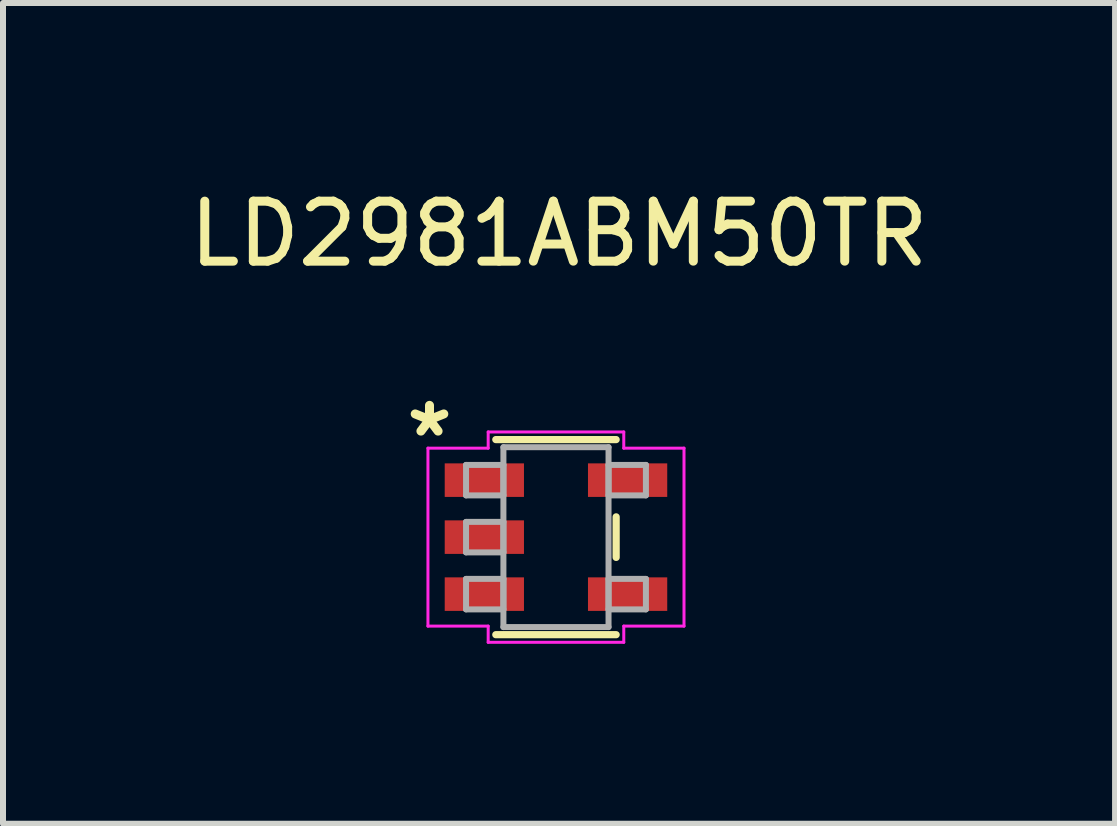
<source format=kicad_pcb>
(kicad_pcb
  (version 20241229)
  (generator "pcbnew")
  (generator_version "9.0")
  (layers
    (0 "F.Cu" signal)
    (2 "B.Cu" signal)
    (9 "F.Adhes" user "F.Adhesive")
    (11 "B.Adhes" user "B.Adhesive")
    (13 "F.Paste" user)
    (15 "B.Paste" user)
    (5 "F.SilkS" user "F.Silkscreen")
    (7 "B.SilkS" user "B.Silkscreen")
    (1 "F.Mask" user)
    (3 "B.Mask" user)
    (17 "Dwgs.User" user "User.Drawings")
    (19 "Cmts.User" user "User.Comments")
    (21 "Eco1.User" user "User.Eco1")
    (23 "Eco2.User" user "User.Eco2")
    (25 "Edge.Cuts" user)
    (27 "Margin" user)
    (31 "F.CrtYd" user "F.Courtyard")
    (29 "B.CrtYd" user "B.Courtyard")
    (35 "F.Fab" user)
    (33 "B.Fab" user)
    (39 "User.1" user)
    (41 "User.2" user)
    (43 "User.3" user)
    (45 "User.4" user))
  (footprint "LD2981ABM50TR"
    (layer "F.Cu")
    (at 6.217 5.903)
    (property "Reference" "LD2981ABM50TR" (at 0.051 -5.055 0) (layer "F.SilkS") (effects (font (size 1 1) (thickness 0.15))))
    (attr through_hole)
    (fp_line (start -1.003 1.626) (end 1.003 1.626) (stroke (width 0.12) (type solid)) (layer "F.SilkS"))
    (fp_line (start 1.003 -1.626) (end -1.003 -1.626) (stroke (width 0.12) (type solid)) (layer "F.SilkS"))
    (fp_line (start 1.003 0.338) (end 1.003 -0.338) (stroke (width 0.12) (type solid)) (layer "F.SilkS"))
    (fp_line (start -2.134 -1.483) (end -1.13 -1.483) (stroke (width 0.05) (type solid)) (layer "F.CrtYd"))
    (fp_line (start -2.134 1.483) (end -2.134 -1.483) (stroke (width 0.05) (type solid)) (layer "F.CrtYd"))
    (fp_line (start -1.13 -1.753) (end 1.13 -1.753) (stroke (width 0.05) (type solid)) (layer "F.CrtYd"))
    (fp_line (start -1.13 -1.483) (end -1.13 -1.753) (stroke (width 0.05) (type solid)) (layer "F.CrtYd"))
    (fp_line (start -1.13 1.483) (end -2.134 1.483) (stroke (width 0.05) (type solid)) (layer "F.CrtYd"))
    (fp_line (start -1.13 1.753) (end -1.13 1.483) (stroke (width 0.05) (type solid)) (layer "F.CrtYd"))
    (fp_line (start 1.13 -1.753) (end 1.13 -1.483) (stroke (width 0.05) (type solid)) (layer "F.CrtYd"))
    (fp_line (start 1.13 -1.483) (end 2.134 -1.483) (stroke (width 0.05) (type solid)) (layer "F.CrtYd"))
    (fp_line (start 1.13 1.483) (end 1.13 1.753) (stroke (width 0.05) (type solid)) (layer "F.CrtYd"))
    (fp_line (start 1.13 1.753) (end -1.13 1.753) (stroke (width 0.05) (type solid)) (layer "F.CrtYd"))
    (fp_line (start 2.134 -1.483) (end 2.134 1.483) (stroke (width 0.05) (type solid)) (layer "F.CrtYd"))
    (fp_line (start 2.134 1.483) (end 1.13 1.483) (stroke (width 0.05) (type solid)) (layer "F.CrtYd"))
    (fp_line (start -1.499 -1.204) (end -1.499 -0.696) (stroke (width 0.1) (type solid)) (layer "F.Fab"))
    (fp_line (start -1.499 -0.696) (end -0.876 -0.696) (stroke (width 0.1) (type solid)) (layer "F.Fab"))
    (fp_line (start -1.499 -0.254) (end -1.499 0.254) (stroke (width 0.1) (type solid)) (layer "F.Fab"))
    (fp_line (start -1.499 0.254) (end -0.876 0.254) (stroke (width 0.1) (type solid)) (layer "F.Fab"))
    (fp_line (start -1.499 0.696) (end -1.499 1.204) (stroke (width 0.1) (type solid)) (layer "F.Fab"))
    (fp_line (start -1.499 1.204) (end -0.876 1.204) (stroke (width 0.1) (type solid)) (layer "F.Fab"))
    (fp_line (start -0.876 -1.499) (end -0.876 1.499) (stroke (width 0.1) (type solid)) (layer "F.Fab"))
    (fp_line (start -0.876 -1.204) (end -1.499 -1.204) (stroke (width 0.1) (type solid)) (layer "F.Fab"))
    (fp_line (start -0.876 -0.696) (end -0.876 -1.204) (stroke (width 0.1) (type solid)) (layer "F.Fab"))
    (fp_line (start -0.876 -0.254) (end -1.499 -0.254) (stroke (width 0.1) (type solid)) (layer "F.Fab"))
    (fp_line (start -0.876 0.254) (end -0.876 -0.254) (stroke (width 0.1) (type solid)) (layer "F.Fab"))
    (fp_line (start -0.876 0.696) (end -1.499 0.696) (stroke (width 0.1) (type solid)) (layer "F.Fab"))
    (fp_line (start -0.876 1.204) (end -0.876 0.696) (stroke (width 0.1) (type solid)) (layer "F.Fab"))
    (fp_line (start -0.876 1.499) (end 0.876 1.499) (stroke (width 0.1) (type solid)) (layer "F.Fab"))
    (fp_line (start 0.876 -1.499) (end -0.876 -1.499) (stroke (width 0.1) (type solid)) (layer "F.Fab"))
    (fp_line (start 0.876 -1.204) (end 0.876 -0.696) (stroke (width 0.1) (type solid)) (layer "F.Fab"))
    (fp_line (start 0.876 -0.696) (end 1.499 -0.696) (stroke (width 0.1) (type solid)) (layer "F.Fab"))
    (fp_line (start 0.876 0.696) (end 0.876 1.204) (stroke (width 0.1) (type solid)) (layer "F.Fab"))
    (fp_line (start 0.876 1.204) (end 1.499 1.204) (stroke (width 0.1) (type solid)) (layer "F.Fab"))
    (fp_line (start 0.876 1.499) (end 0.876 -1.499) (stroke (width 0.1) (type solid)) (layer "F.Fab"))
    (fp_line (start 1.499 -1.204) (end 0.876 -1.204) (stroke (width 0.1) (type solid)) (layer "F.Fab"))
    (fp_line (start 1.499 -0.696) (end 1.499 -1.204) (stroke (width 0.1) (type solid)) (layer "F.Fab"))
    (fp_line (start 1.499 0.696) (end 0.876 0.696) (stroke (width 0.1) (type solid)) (layer "F.Fab"))
    (fp_line (start 1.499 1.204) (end 1.499 0.696) (stroke (width 0.1) (type solid)) (layer "F.Fab"))
    (fp_text user "*" (at -2.108 -1.651 0) (layer "F.SilkS") (effects (font (size 1 1) (thickness 0.15))))
    (pad "1" smd rect (at -1.194 -0.95) (size 1.321 0.559) (layers "F.Cu" "F.Mask" "F.Paste"))
    (pad "2" smd rect (at -1.194 0) (size 1.321 0.559) (layers "F.Cu" "F.Mask" "F.Paste"))
    (pad "3" smd rect (at -1.194 0.95) (size 1.321 0.559) (layers "F.Cu" "F.Mask" "F.Paste"))
    (pad "4" smd rect (at 1.194 0.95) (size 1.321 0.559) (layers "F.Cu" "F.Mask" "F.Paste"))
    (pad "5" smd rect (at 1.194 -0.95) (size 1.321 0.559) (layers "F.Cu" "F.Mask" "F.Paste")))
  (gr_rect
    (start -3 -3)
    (end 15.536 10.68)
    (stroke (width 0.1) (type default))
    (fill no)
    (layer "Edge.Cuts")))
</source>
